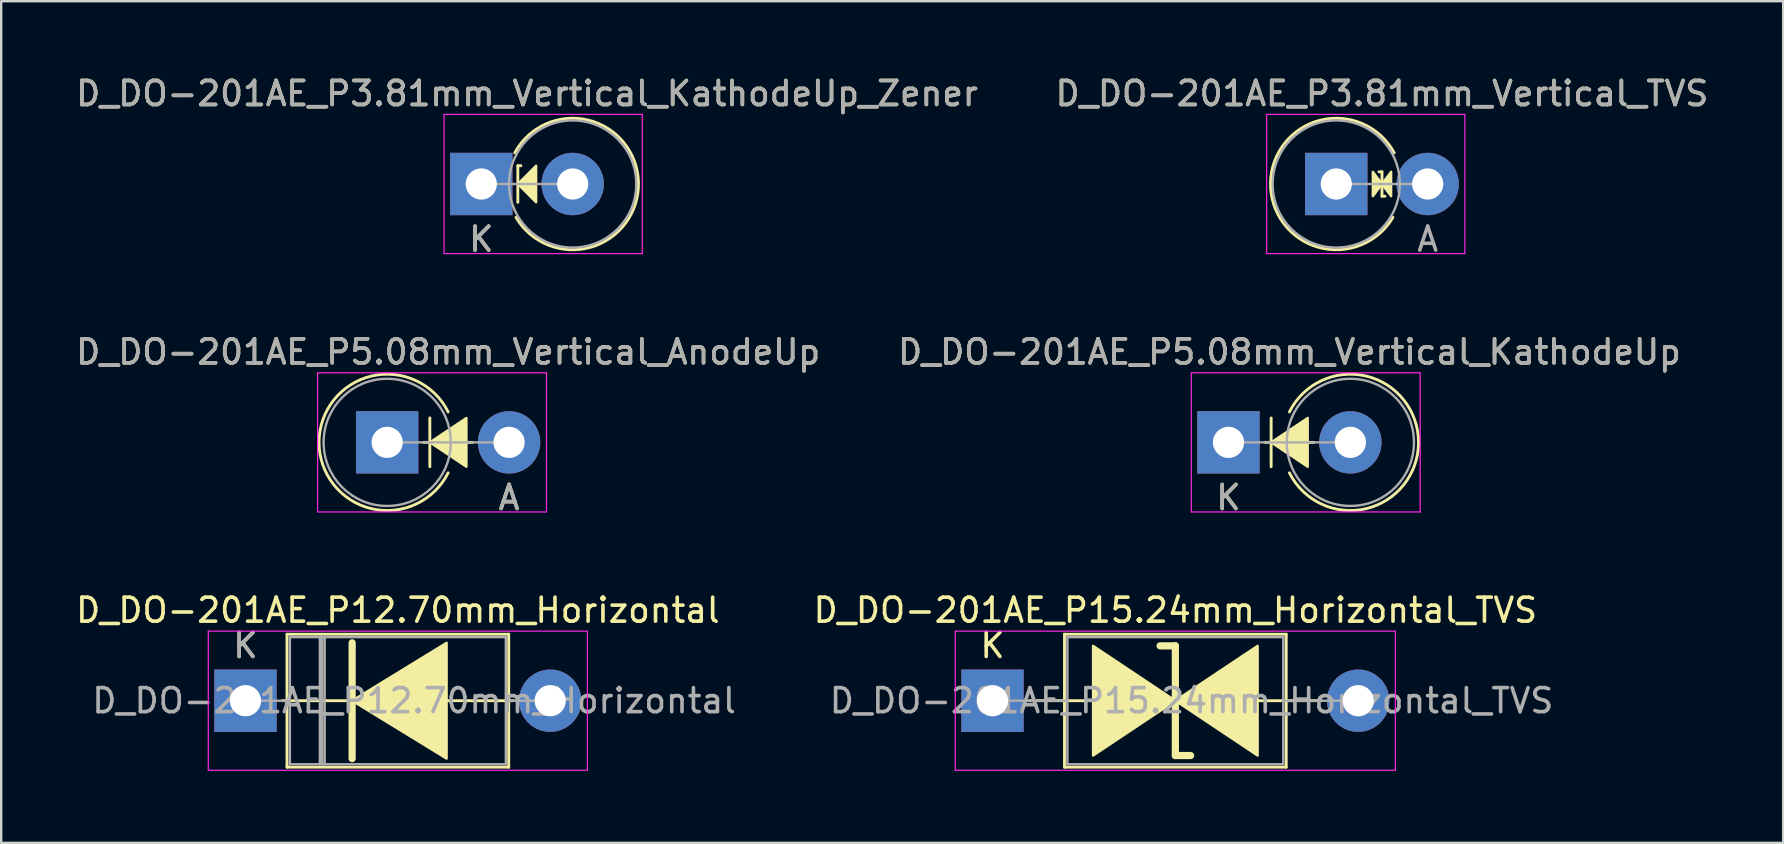
<source format=kicad_pcb>
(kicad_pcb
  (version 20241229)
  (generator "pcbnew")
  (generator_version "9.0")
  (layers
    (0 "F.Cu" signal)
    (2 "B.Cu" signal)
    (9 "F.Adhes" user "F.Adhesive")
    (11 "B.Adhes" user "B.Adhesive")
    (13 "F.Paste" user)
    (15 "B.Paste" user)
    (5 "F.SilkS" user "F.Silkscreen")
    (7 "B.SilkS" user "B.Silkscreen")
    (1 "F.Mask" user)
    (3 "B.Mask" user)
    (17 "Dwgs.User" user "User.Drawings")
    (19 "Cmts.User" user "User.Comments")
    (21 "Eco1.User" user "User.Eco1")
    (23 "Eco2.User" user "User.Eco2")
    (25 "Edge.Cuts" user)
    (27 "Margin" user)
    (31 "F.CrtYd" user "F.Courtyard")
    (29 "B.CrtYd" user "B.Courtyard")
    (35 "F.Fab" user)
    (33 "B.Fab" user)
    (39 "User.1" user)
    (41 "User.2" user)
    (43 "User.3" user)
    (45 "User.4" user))
  (footprint "D_DO-201AE_P15.24mm_Horizontal_TVS"
    (layer "F.Cu")
    (at 38.311 26.151)
    (property "Reference" "D_DO-201AE_P15.24mm_Horizontal_TVS" (at 7.62 -3.77 0) (layer "F.SilkS") (effects (font (size 1 1) (thickness 0.15))))
    (attr through_hole)
    (fp_line (start 1.54 0) (end 3 0) (stroke (width 0.12) (type solid)) (layer "F.SilkS"))
    (fp_line (start 3 -2.77) (end 3 2.77) (stroke (width 0.12) (type solid)) (layer "F.SilkS"))
    (fp_line (start 3 0) (end 4.191 0) (stroke (width 0.12) (type solid)) (layer "F.SilkS"))
    (fp_line (start 3 2.77) (end 12.24 2.77) (stroke (width 0.12) (type solid)) (layer "F.SilkS"))
    (fp_line (start 7.62 -2.286) (end 6.985 -2.286) (stroke (width 0.3) (type solid)) (layer "F.SilkS"))
    (fp_line (start 7.62 2.286) (end 7.62 -2.286) (stroke (width 0.3) (type solid)) (layer "F.SilkS"))
    (fp_line (start 8.255 2.286) (end 7.62 2.286) (stroke (width 0.3) (type solid)) (layer "F.SilkS"))
    (fp_line (start 11.049 0) (end 12.24 0) (stroke (width 0.12) (type solid)) (layer "F.SilkS"))
    (fp_line (start 12.24 -2.77) (end 3 -2.77) (stroke (width 0.12) (type solid)) (layer "F.SilkS"))
    (fp_line (start 12.24 2.77) (end 12.24 -2.77) (stroke (width 0.12) (type solid)) (layer "F.SilkS"))
    (fp_line (start 13.7 0) (end 12.24 0) (stroke (width 0.12) (type solid)) (layer "F.SilkS"))
    (fp_poly (pts (xy 7.62 0) (xy 4.191 2.286) (xy 4.191 -2.286)) (stroke (width 0.1) (type solid)) (fill yes) (layer "F.SilkS"))
    (fp_poly (pts (xy 7.62 0) (xy 11.049 -2.286) (xy 11.049 2.286)) (stroke (width 0.1) (type solid)) (fill yes) (layer "F.SilkS"))
    (fp_line (start -1.55 -2.9) (end -1.55 2.9) (stroke (width 0.05) (type solid)) (layer "F.CrtYd"))
    (fp_line (start -1.55 2.9) (end 16.79 2.9) (stroke (width 0.05) (type solid)) (layer "F.CrtYd"))
    (fp_line (start 16.79 -2.9) (end -1.55 -2.9) (stroke (width 0.05) (type solid)) (layer "F.CrtYd"))
    (fp_line (start 16.79 2.9) (end 16.79 -2.9) (stroke (width 0.05) (type solid)) (layer "F.CrtYd"))
    (fp_line (start 0 0) (end 3.12 0) (stroke (width 0.1) (type solid)) (layer "F.Fab"))
    (fp_line (start 3.12 -2.65) (end 3.12 2.65) (stroke (width 0.1) (type solid)) (layer "F.Fab"))
    (fp_line (start 3.12 2.65) (end 12.12 2.65) (stroke (width 0.1) (type solid)) (layer "F.Fab"))
    (fp_line (start 12.12 -2.65) (end 3.12 -2.65) (stroke (width 0.1) (type solid)) (layer "F.Fab"))
    (fp_line (start 12.12 2.65) (end 12.12 -2.65) (stroke (width 0.1) (type solid)) (layer "F.Fab"))
    (fp_line (start 15.24 0) (end 12.12 0) (stroke (width 0.1) (type solid)) (layer "F.Fab"))
    (fp_text user "K" (at 0 -2.3 0) (layer "F.SilkS") (effects (font (size 1 1) (thickness 0.15))))
    (fp_text user "${REFERENCE}" (at 8.295 0 0) (layer "F.Fab") (effects (font (size 1 1) (thickness 0.15))))
    (pad "1" thru_hole rect (at 0 0) (size 2.6 2.6) (drill 1.3) (layers "*.Cu" "*.Mask"))
    (pad "2" thru_hole oval (at 15.24 0) (size 2.6 2.6) (drill 1.3) (layers "*.Cu" "*.Mask")))
  (footprint "D_DO-201AE_P5.08mm_Vertical_AnodeUp"
    (layer "F.Cu")
    (at 13.085 15.385)
    (property "Reference" "D_DO-201AE_P5.08mm_Vertical_AnodeUp" (at 2.54 -3.77 0) (layer "F.SilkS") (effects (font (size 1 1) (thickness 0.15))))
    (attr through_hole)
    (fp_line (start 1.524 0) (end 3.556 0) (stroke (width 0.12) (type solid)) (layer "F.SilkS"))
    (fp_line (start 1.778 1.016) (end 1.778 -1.016) (stroke (width 0.12) (type solid)) (layer "F.SilkS"))
    (fp_arc (start 2.539999 1.27) (mid -2.839805 0) (end 2.539999 -1.269999) (stroke (width 0.12) (type solid)) (layer "F.SilkS"))
    (fp_poly (pts (xy 3.302 1.016) (xy 1.778 0) (xy 3.302 -1.016)) (stroke (width 0.1) (type solid)) (fill yes) (layer "F.SilkS"))
    (fp_line (start -2.9 -2.9) (end -2.9 2.9) (stroke (width 0.05) (type solid)) (layer "F.CrtYd"))
    (fp_line (start -2.9 2.9) (end 6.64 2.9) (stroke (width 0.05) (type solid)) (layer "F.CrtYd"))
    (fp_line (start 6.64 -2.9) (end -2.9 -2.9) (stroke (width 0.05) (type solid)) (layer "F.CrtYd"))
    (fp_line (start 6.64 2.9) (end 6.64 -2.9) (stroke (width 0.05) (type solid)) (layer "F.CrtYd"))
    (fp_line (start 0 0) (end 5.08 0) (stroke (width 0.1) (type solid)) (layer "F.Fab"))
    (fp_circle (center 0 0) (end 2.65 0) (stroke (width 0.1) (type solid)) (fill no) (layer "F.Fab"))
    (fp_text user "A" (at 5.08 2.3 0) (layer "F.SilkS") (effects (font (size 1 1) (thickness 0.15))))
    (fp_text user "A" (at 5.08 2.3 0) (layer "F.Fab") (effects (font (size 1 1) (thickness 0.15))))
    (fp_text user "${REFERENCE}" (at 2.54 -3.77 0) (layer "F.Fab") (effects (font (size 1 1) (thickness 0.15))))
    (pad "1" thru_hole rect (at 0 0) (size 2.6 2.6) (drill 1.3) (layers "*.Cu" "*.Mask"))
    (pad "2" thru_hole oval (at 5.08 0) (size 2.6 2.6) (drill 1.3) (layers "*.Cu" "*.Mask")))
  (footprint "D_DO-201AE_P12.70mm_Horizontal"
    (layer "F.Cu")
    (at 7.18 26.151)
    (property "Reference" "D_DO-201AE_P12.70mm_Horizontal" (at 6.35 -3.77 0) (layer "F.SilkS") (effects (font (size 1 1) (thickness 0.15))))
    (attr through_hole)
    (fp_line (start 1.54 0) (end 1.73 0) (stroke (width 0.12) (type solid)) (layer "F.SilkS"))
    (fp_line (start 1.73 -2.77) (end 1.73 2.77) (stroke (width 0.12) (type solid)) (layer "F.SilkS"))
    (fp_line (start 1.73 2.77) (end 10.97 2.77) (stroke (width 0.12) (type solid)) (layer "F.SilkS"))
    (fp_line (start 4.445 -2.413) (end 4.445 2.413) (stroke (width 0.3) (type solid)) (layer "F.SilkS"))
    (fp_line (start 4.699 0) (end 1.73 0) (stroke (width 0.12) (type solid)) (layer "F.SilkS"))
    (fp_line (start 8.255 0) (end 10.97 0) (stroke (width 0.12) (type solid)) (layer "F.SilkS"))
    (fp_line (start 10.97 -2.77) (end 1.73 -2.77) (stroke (width 0.12) (type solid)) (layer "F.SilkS"))
    (fp_line (start 10.97 2.77) (end 10.97 -2.77) (stroke (width 0.12) (type solid)) (layer "F.SilkS"))
    (fp_line (start 11.16 0) (end 10.97 0) (stroke (width 0.12) (type solid)) (layer "F.SilkS"))
    (fp_poly (pts (xy 8.382 2.413) (xy 4.445 0) (xy 8.382 -2.413)) (stroke (width 0.1) (type solid)) (fill yes) (layer "F.SilkS"))
    (fp_line (start -1.55 -2.9) (end -1.55 2.9) (stroke (width 0.05) (type solid)) (layer "F.CrtYd"))
    (fp_line (start -1.55 2.9) (end 14.25 2.9) (stroke (width 0.05) (type solid)) (layer "F.CrtYd"))
    (fp_line (start 14.25 -2.9) (end -1.55 -2.9) (stroke (width 0.05) (type solid)) (layer "F.CrtYd"))
    (fp_line (start 14.25 2.9) (end 14.25 -2.9) (stroke (width 0.05) (type solid)) (layer "F.CrtYd"))
    (fp_line (start 0 0) (end 1.85 0) (stroke (width 0.1) (type solid)) (layer "F.Fab"))
    (fp_line (start 1.85 -2.65) (end 1.85 2.65) (stroke (width 0.1) (type solid)) (layer "F.Fab"))
    (fp_line (start 1.85 2.65) (end 10.85 2.65) (stroke (width 0.1) (type solid)) (layer "F.Fab"))
    (fp_line (start 3.1 -2.65) (end 3.1 2.65) (stroke (width 0.1) (type solid)) (layer "F.Fab"))
    (fp_line (start 3.2 -2.65) (end 3.2 2.65) (stroke (width 0.1) (type solid)) (layer "F.Fab"))
    (fp_line (start 3.3 -2.65) (end 3.3 2.65) (stroke (width 0.1) (type solid)) (layer "F.Fab"))
    (fp_line (start 10.85 -2.65) (end 1.85 -2.65) (stroke (width 0.1) (type solid)) (layer "F.Fab"))
    (fp_line (start 10.85 2.65) (end 10.85 -2.65) (stroke (width 0.1) (type solid)) (layer "F.Fab"))
    (fp_line (start 12.7 0) (end 10.85 0) (stroke (width 0.1) (type solid)) (layer "F.Fab"))
    (fp_text user "K" (at 0 -2.3 0) (layer "F.SilkS") (effects (font (size 1 1) (thickness 0.15))))
    (fp_text user "${REFERENCE}" (at 7.025 0 0) (layer "F.Fab") (effects (font (size 1 1) (thickness 0.15))))
    (fp_text user "K" (at 0 -2.3 0) (layer "F.Fab") (effects (font (size 1 1) (thickness 0.15))))
    (pad "1" thru_hole rect (at 0 0) (size 2.6 2.6) (drill 1.3) (layers "*.Cu" "*.Mask"))
    (pad "2" thru_hole oval (at 12.7 0) (size 2.6 2.6) (drill 1.3) (layers "*.Cu" "*.Mask")))
  (footprint "D_DO-201AE_P3.81mm_Vertical_TVS"
    (layer "F.Cu")
    (at 52.637 4.618)
    (property "Reference" "D_DO-201AE_P3.81mm_Vertical_TVS" (at 1.905 -3.77 0) (layer "F.SilkS") (effects (font (size 1 1) (thickness 0.15))))
    (attr through_hole)
    (fp_line (start 1.778 -0.508) (end 1.905 -0.508) (stroke (width 0.12) (type solid)) (layer "F.SilkS"))
    (fp_line (start 1.905 -0.508) (end 1.905 0.508) (stroke (width 0.12) (type solid)) (layer "F.SilkS"))
    (fp_line (start 1.905 0.508) (end 2.032 0.508) (stroke (width 0.12) (type solid)) (layer "F.SilkS"))
    (fp_arc (start 2.361782 1.391144) (mid -2.74054 -0.052312) (end 2.413151 -1.3) (stroke (width 0.12) (type solid)) (layer "F.SilkS"))
    (fp_poly (pts (xy 1.524 -0.508) (xy 1.905 0) (xy 1.524 0.508)) (stroke (width 0.1) (type solid)) (fill yes) (layer "F.SilkS"))
    (fp_poly (pts (xy 2.286 0.508) (xy 1.905 0) (xy 2.286 -0.508)) (stroke (width 0.1) (type solid)) (fill yes) (layer "F.SilkS"))
    (fp_line (start -2.9 -2.9) (end -2.9 2.9) (stroke (width 0.05) (type solid)) (layer "F.CrtYd"))
    (fp_line (start -2.9 2.9) (end 5.36 2.9) (stroke (width 0.05) (type solid)) (layer "F.CrtYd"))
    (fp_line (start 5.36 -2.9) (end -2.9 -2.9) (stroke (width 0.05) (type solid)) (layer "F.CrtYd"))
    (fp_line (start 5.36 2.9) (end 5.36 -2.9) (stroke (width 0.05) (type solid)) (layer "F.CrtYd"))
    (fp_line (start 0 0) (end 3.81 0) (stroke (width 0.1) (type solid)) (layer "F.Fab"))
    (fp_circle (center 0 0) (end 2.65 0) (stroke (width 0.1) (type solid)) (fill no) (layer "F.Fab"))
    (fp_text user "A" (at 3.81 2.3 0) (layer "F.Fab") (effects (font (size 1 1) (thickness 0.15))))
    (fp_text user "${REFERENCE}" (at 1.905 -3.77 0) (layer "F.Fab") (effects (font (size 1 1) (thickness 0.15))))
    (pad "1" thru_hole rect (at 0 0) (size 2.6 2.6) (drill 1.3) (layers "*.Cu" "*.Mask"))
    (pad "2" thru_hole oval (at 3.81 0) (size 2.6 2.6) (drill 1.3) (layers "*.Cu" "*.Mask")))
  (footprint "D_DO-201AE_P5.08mm_Vertical_KathodeUp"
    (layer "F.Cu")
    (at 48.145 15.385)
    (property "Reference" "D_DO-201AE_P5.08mm_Vertical_KathodeUp" (at 2.54 -3.77 0) (layer "F.SilkS") (effects (font (size 1 1) (thickness 0.15))))
    (attr through_hole)
    (fp_line (start 1.524 0) (end 3.556 0) (stroke (width 0.12) (type solid)) (layer "F.SilkS"))
    (fp_line (start 1.778 1.016) (end 1.778 -1.016) (stroke (width 0.12) (type solid)) (layer "F.SilkS"))
    (fp_arc (start 2.54 -1.269999) (mid 7.919804 0.000001) (end 2.54 1.27) (stroke (width 0.12) (type solid)) (layer "F.SilkS"))
    (fp_poly (pts (xy 3.302 1.016) (xy 1.778 0) (xy 3.302 -1.016)) (stroke (width 0.1) (type solid)) (fill yes) (layer "F.SilkS"))
    (fp_line (start -1.55 -2.9) (end -1.55 2.9) (stroke (width 0.05) (type solid)) (layer "F.CrtYd"))
    (fp_line (start -1.55 2.9) (end 7.99 2.9) (stroke (width 0.05) (type solid)) (layer "F.CrtYd"))
    (fp_line (start 7.99 -2.9) (end -1.55 -2.9) (stroke (width 0.05) (type solid)) (layer "F.CrtYd"))
    (fp_line (start 7.99 2.9) (end 7.99 -2.9) (stroke (width 0.05) (type solid)) (layer "F.CrtYd"))
    (fp_line (start 0 0) (end 5.08 0) (stroke (width 0.1) (type solid)) (layer "F.Fab"))
    (fp_circle (center 5.08 0) (end 7.73 0) (stroke (width 0.1) (type solid)) (fill no) (layer "F.Fab"))
    (fp_text user "K" (at 0 2.3 0) (layer "F.SilkS") (effects (font (size 1 1) (thickness 0.15))))
    (fp_text user "K" (at 0 2.3 0) (layer "F.Fab") (effects (font (size 1 1) (thickness 0.15))))
    (fp_text user "${REFERENCE}" (at 2.54 -3.77 0) (layer "F.Fab") (effects (font (size 1 1) (thickness 0.15))))
    (pad "1" thru_hole rect (at 0 0) (size 2.6 2.6) (drill 1.3) (layers "*.Cu" "*.Mask"))
    (pad "2" thru_hole oval (at 5.08 0) (size 2.6 2.6) (drill 1.3) (layers "*.Cu" "*.Mask")))
  (footprint "D_DO-201AE_P3.81mm_Vertical_KathodeUp_Zener"
    (layer "F.Cu")
    (at 17.006 4.618)
    (property "Reference" "D_DO-201AE_P3.81mm_Vertical_KathodeUp_Zener" (at 1.905 -3.77 0) (layer "F.SilkS") (effects (font (size 1 1) (thickness 0.15))))
    (attr through_hole)
    (fp_line (start 1.524 -0.762) (end 1.524 0.762) (stroke (width 0.12) (type solid)) (layer "F.SilkS"))
    (fp_line (start 1.524 -0.762) (end 1.651 -0.762) (stroke (width 0.12) (type solid)) (layer "F.SilkS"))
    (fp_arc (start 1.396849 -1.3) (mid 6.55054 -0.052312) (end 1.448218 1.391144) (stroke (width 0.12) (type solid)) (layer "F.SilkS"))
    (fp_poly (pts (xy 2.286 0.762) (xy 1.524 0) (xy 2.286 -0.762)) (stroke (width 0.1) (type solid)) (fill yes) (layer "F.SilkS"))
    (fp_line (start -1.55 -2.9) (end -1.55 2.9) (stroke (width 0.05) (type solid)) (layer "F.CrtYd"))
    (fp_line (start -1.55 2.9) (end 6.71 2.9) (stroke (width 0.05) (type solid)) (layer "F.CrtYd"))
    (fp_line (start 6.71 -2.9) (end -1.55 -2.9) (stroke (width 0.05) (type solid)) (layer "F.CrtYd"))
    (fp_line (start 6.71 2.9) (end 6.71 -2.9) (stroke (width 0.05) (type solid)) (layer "F.CrtYd"))
    (fp_line (start 0 0) (end 3.81 0) (stroke (width 0.1) (type solid)) (layer "F.Fab"))
    (fp_circle (center 3.81 0) (end 6.46 0) (stroke (width 0.1) (type solid)) (fill no) (layer "F.Fab"))
    (fp_text user "K" (at 0 2.3 0) (layer "F.SilkS") (effects (font (size 1 1) (thickness 0.15))))
    (fp_text user "K" (at 0 2.3 0) (layer "F.Fab") (effects (font (size 1 1) (thickness 0.15))))
    (fp_text user "${REFERENCE}" (at 1.905 -3.77 0) (layer "F.Fab") (effects (font (size 1 1) (thickness 0.15))))
    (pad "1" thru_hole rect (at 0 0) (size 2.6 2.6) (drill 1.3) (layers "*.Cu" "*.Mask"))
    (pad "2" thru_hole oval (at 3.81 0) (size 2.6 2.6) (drill 1.3) (layers "*.Cu" "*.Mask")))
  (gr_rect
    (start -3 -3)
    (end 71.262 32.076)
    (stroke (width 0.1) (type default))
    (fill no)
    (layer "Edge.Cuts")))
</source>
